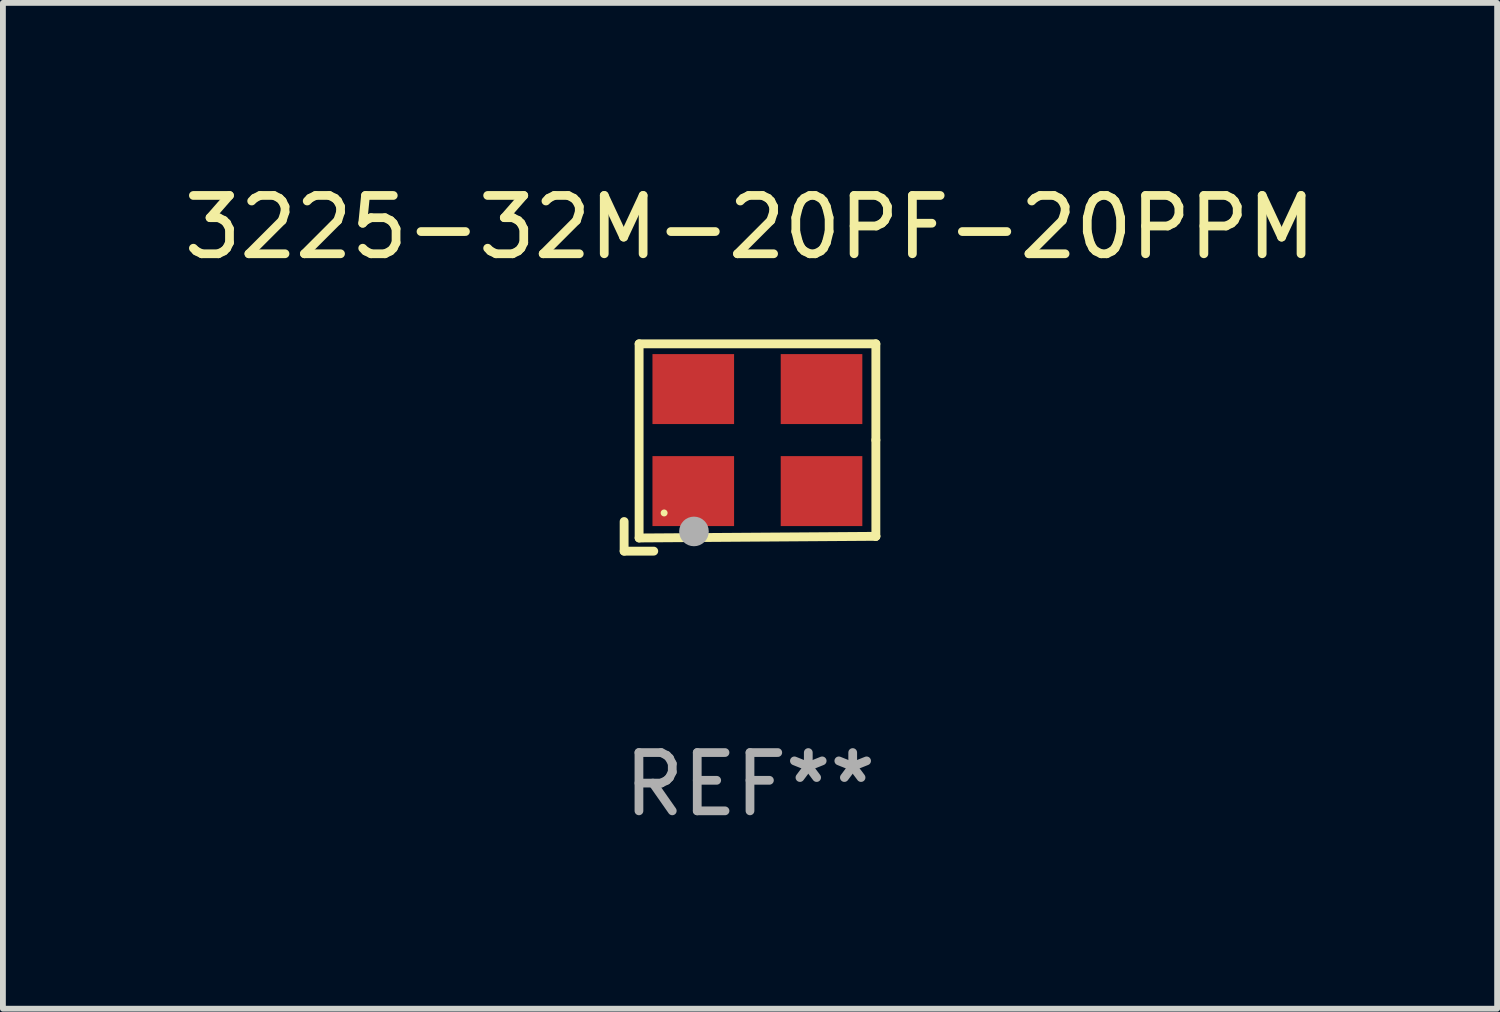
<source format=kicad_pcb>
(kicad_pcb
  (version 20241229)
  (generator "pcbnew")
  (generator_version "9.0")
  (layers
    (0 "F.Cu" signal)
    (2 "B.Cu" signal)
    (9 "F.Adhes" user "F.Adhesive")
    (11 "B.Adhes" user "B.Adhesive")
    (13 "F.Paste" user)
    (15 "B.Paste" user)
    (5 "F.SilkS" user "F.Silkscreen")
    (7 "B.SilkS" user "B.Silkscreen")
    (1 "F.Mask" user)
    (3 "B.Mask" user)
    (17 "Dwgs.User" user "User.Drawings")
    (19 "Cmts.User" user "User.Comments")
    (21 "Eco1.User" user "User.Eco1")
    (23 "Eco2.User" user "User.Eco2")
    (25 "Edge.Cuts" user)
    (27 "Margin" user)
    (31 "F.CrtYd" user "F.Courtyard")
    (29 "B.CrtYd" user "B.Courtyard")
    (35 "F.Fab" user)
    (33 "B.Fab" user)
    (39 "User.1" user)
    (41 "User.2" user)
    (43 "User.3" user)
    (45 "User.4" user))
  (footprint "3225-32M-20PF-20PPM"
    (layer "F.Cu")
    (at 9.815 4.626)
    (property "Reference" "3225-32M-20PF-20PPM" (at 0 -3.778 0) (layer "F.SilkS") (effects (font (size 1 1) (thickness 0.15))))
    (attr through_hole)
    (fp_line (start -2.159 1.27) (end -2.159 1.778) (stroke (width 0.152) (type solid)) (layer "F.SilkS"))
    (fp_line (start -2.159 1.778) (end -1.651 1.778) (stroke (width 0.152) (type solid)) (layer "F.SilkS"))
    (fp_line (start -1.902 -1.778) (end 2.159 -1.778) (stroke (width 0.152) (type solid)) (layer "F.SilkS"))
    (fp_line (start -1.902 1.552) (end -1.902 -1.778) (stroke (width 0.152) (type solid)) (layer "F.SilkS"))
    (fp_line (start 2.159 -1.778) (end 2.159 -0.127) (stroke (width 0.152) (type solid)) (layer "F.SilkS"))
    (fp_line (start 2.159 -0.127) (end 2.159 1.524) (stroke (width 0.152) (type solid)) (layer "F.SilkS"))
    (fp_line (start 2.159 1.524) (end -1.902 1.552) (stroke (width 0.152) (type solid)) (layer "F.SilkS"))
    (fp_line (start 2.159 1.524) (end 2.159 1.524) (stroke (width 0.152) (type solid)) (layer "F.SilkS"))
    (fp_circle (center -1.473 1.123) (end -1.443 1.123) (stroke (width 0.06) (type solid)) (fill no) (layer "F.SilkS"))
    (fp_circle (center -0.961 1.44) (end -0.834 1.44) (stroke (width 0.254) (type solid)) (fill no) (layer "F.Fab"))
    (fp_text user "REF**" (at 0 5.778 0) (layer "F.Fab") (effects (font (size 1 1) (thickness 0.15))))
    (pad "1" smd rect (at -0.973 0.748) (size 1.4 1.2) (layers "F.Cu" "F.Mask" "F.Paste"))
    (pad "2" smd rect (at 1.227 0.748) (size 1.4 1.2) (layers "F.Cu" "F.Mask" "F.Paste"))
    (pad "3" smd rect (at 1.227 -1.002) (size 1.4 1.2) (layers "F.Cu" "F.Mask" "F.Paste"))
    (pad "4" smd rect (at -0.973 -1.002) (size 1.4 1.2) (layers "F.Cu" "F.Mask" "F.Paste")))
  (gr_rect
    (start -3 -3)
    (end 22.631 14.253)
    (stroke (width 0.1) (type default))
    (fill no)
    (layer "Edge.Cuts")))
</source>
